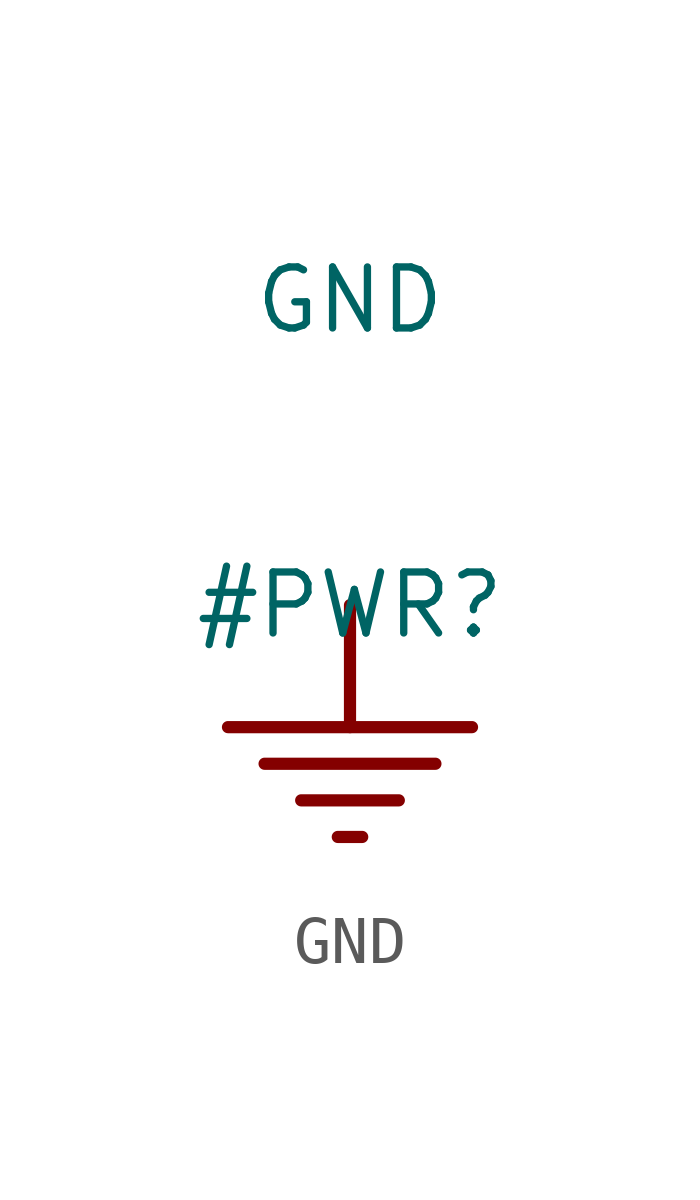
<source format=kicad_sym>
(kicad_symbol_lib
  (version 20220102)
  (generator kicad_symbol_editor)
  (symbol "GND"
    (power)
    (property "Reference" "#PWR"
      (at 0 0 0)
      (effects (font (size 1.27 1.27))))
    (property "Value" "GND"
      (at 0 6.35 0)
      (effects (font (size 1.27 1.27))))
    (symbol "GND_0_0"
      (polyline (pts (xy -2.54 -2.54) (xy 2.54 -2.54)) (stroke (width 0.254) (type default)) (fill (type none)))
      (polyline (pts (xy -1.778 -3.302) (xy 1.778 -3.302)) (stroke (width 0.254) (type default)) (fill (type none)))
      (polyline (pts (xy -1.016 -4.064) (xy 1.016 -4.064)) (stroke (width 0.254) (type default)) (fill (type none)))
      (polyline (pts (xy -0.254 -4.826) (xy 0.254 -4.826)) (stroke (width 0.254) (type default)) (fill (type none)))
      (polyline (pts (xy 0 0) (xy 0 -2.54)) (stroke (width 0.254) (type default)) (fill (type none)))
      (pin power_in line (at 0 0 0) (length 0) hide (name "GND" (effects (font (size 1.27 1.27)))) (number "" (effects (font (size 1.27 1.27))))))))
</source>
